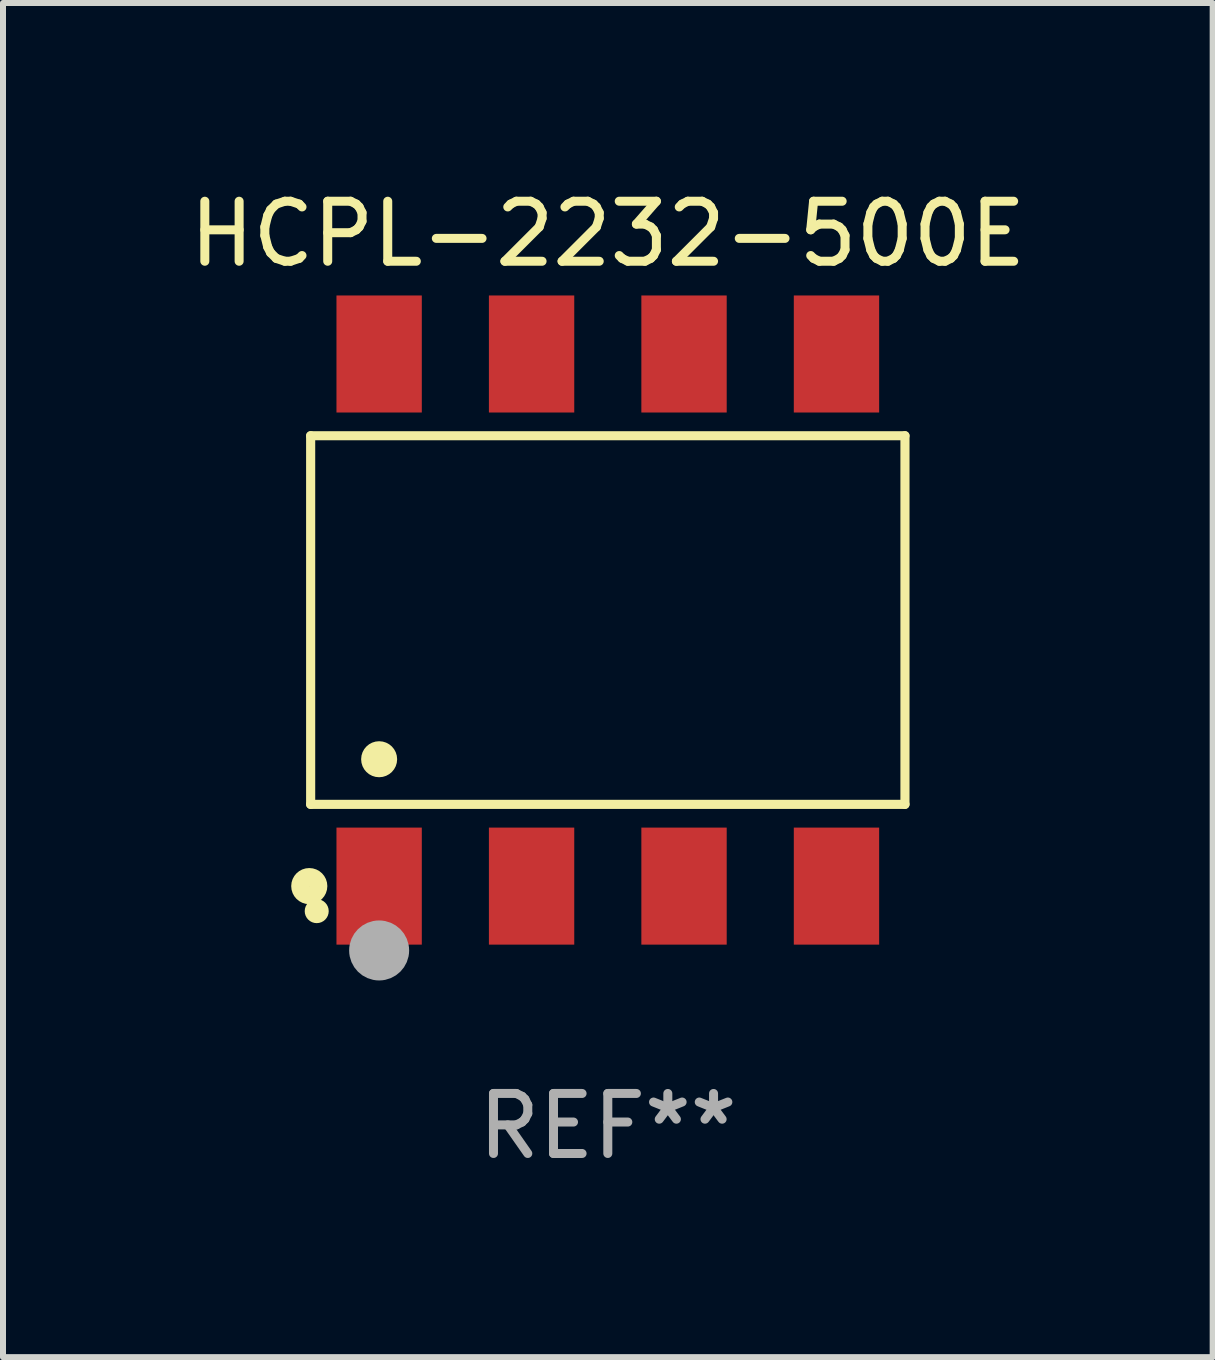
<source format=kicad_pcb>
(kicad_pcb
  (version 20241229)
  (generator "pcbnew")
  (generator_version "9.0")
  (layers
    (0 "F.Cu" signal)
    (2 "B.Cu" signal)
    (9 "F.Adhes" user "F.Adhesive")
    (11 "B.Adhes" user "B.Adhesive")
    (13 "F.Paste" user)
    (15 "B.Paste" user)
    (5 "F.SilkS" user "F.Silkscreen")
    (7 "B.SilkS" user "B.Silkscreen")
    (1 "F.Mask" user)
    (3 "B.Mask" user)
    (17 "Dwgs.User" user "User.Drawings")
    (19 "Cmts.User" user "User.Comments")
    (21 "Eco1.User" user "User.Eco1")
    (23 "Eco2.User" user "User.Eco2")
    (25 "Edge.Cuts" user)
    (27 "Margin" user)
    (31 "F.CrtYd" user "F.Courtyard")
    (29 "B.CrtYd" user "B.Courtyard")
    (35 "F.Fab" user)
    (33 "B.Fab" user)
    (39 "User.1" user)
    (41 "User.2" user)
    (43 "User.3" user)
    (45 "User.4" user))
  (footprint "HCPL-2232-500E"
    (layer "F.Cu")
    (at 7.077 7.281)
    (property "Reference" "HCPL-2232-500E" (at 0 -6.433 0) (layer "F.SilkS") (effects (font (size 1 1) (thickness 0.15))))
    (attr through_hole)
    (fp_line (start -4.951 -3.071) (end 4.951 -3.071) (stroke (width 0.152) (type solid)) (layer "F.SilkS"))
    (fp_line (start -4.951 3.071) (end -4.951 -3.071) (stroke (width 0.152) (type solid)) (layer "F.SilkS"))
    (fp_line (start 4.951 -3.071) (end 4.951 3.071) (stroke (width 0.152) (type solid)) (layer "F.SilkS"))
    (fp_line (start 4.951 3.071) (end -4.951 3.071) (stroke (width 0.152) (type solid)) (layer "F.SilkS"))
    (fp_circle (center -4.974 4.433) (end -4.823 4.433) (stroke (width 0.3) (type solid)) (fill no) (layer "F.SilkS"))
    (fp_circle (center -4.85 4.85) (end -4.75 4.85) (stroke (width 0.2) (type solid)) (fill no) (layer "F.SilkS"))
    (fp_circle (center -3.81 2.319) (end -3.66 2.319) (stroke (width 0.3) (type solid)) (fill no) (layer "F.SilkS"))
    (fp_circle (center -3.81 5.505) (end -3.56 5.505) (stroke (width 0.5) (type solid)) (fill no) (layer "F.Fab"))
    (fp_text user "REF**" (at 0 8.433 0) (layer "F.Fab") (effects (font (size 1 1) (thickness 0.15))))
    (pad "1" smd rect (at -3.81 4.433) (size 1.422 1.95) (layers "F.Cu" "F.Mask" "F.Paste"))
    (pad "2" smd rect (at -1.27 4.433) (size 1.422 1.95) (layers "F.Cu" "F.Mask" "F.Paste"))
    (pad "3" smd rect (at 1.27 4.433) (size 1.422 1.95) (layers "F.Cu" "F.Mask" "F.Paste"))
    (pad "4" smd rect (at 3.81 4.433) (size 1.422 1.95) (layers "F.Cu" "F.Mask" "F.Paste"))
    (pad "5" smd rect (at 3.81 -4.433) (size 1.422 1.95) (layers "F.Cu" "F.Mask" "F.Paste"))
    (pad "6" smd rect (at 1.27 -4.433) (size 1.422 1.95) (layers "F.Cu" "F.Mask" "F.Paste"))
    (pad "7" smd rect (at -1.27 -4.433) (size 1.422 1.95) (layers "F.Cu" "F.Mask" "F.Paste"))
    (pad "8" smd rect (at -3.81 -4.433) (size 1.422 1.95) (layers "F.Cu" "F.Mask" "F.Paste")))
  (gr_rect
    (start -3 -3)
    (end 17.155 19.562)
    (stroke (width 0.1) (type default))
    (fill no)
    (layer "Edge.Cuts")))
</source>
